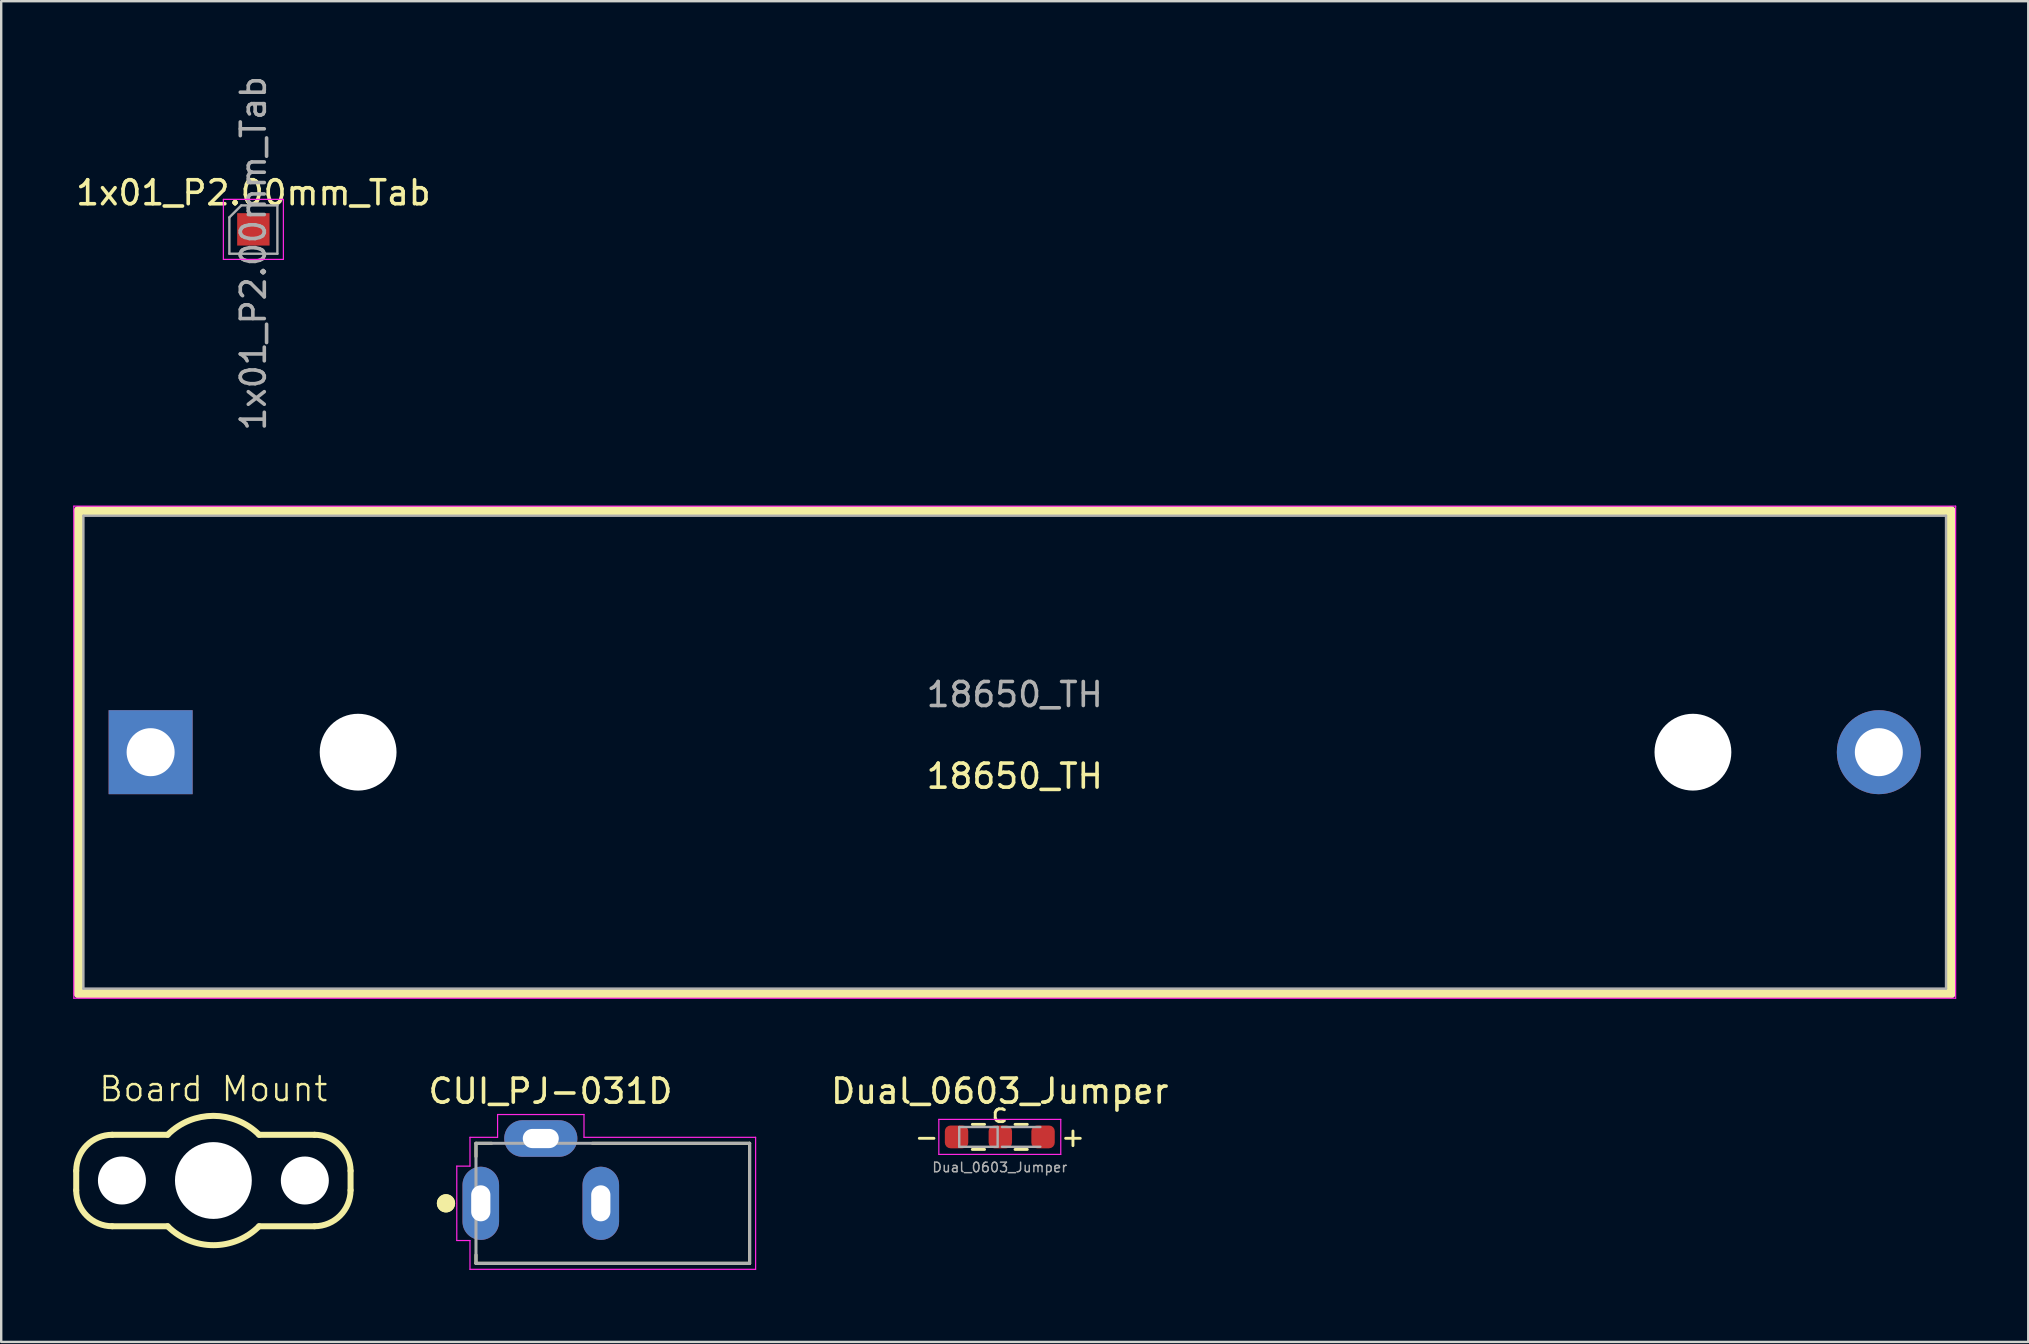
<source format=kicad_pcb>
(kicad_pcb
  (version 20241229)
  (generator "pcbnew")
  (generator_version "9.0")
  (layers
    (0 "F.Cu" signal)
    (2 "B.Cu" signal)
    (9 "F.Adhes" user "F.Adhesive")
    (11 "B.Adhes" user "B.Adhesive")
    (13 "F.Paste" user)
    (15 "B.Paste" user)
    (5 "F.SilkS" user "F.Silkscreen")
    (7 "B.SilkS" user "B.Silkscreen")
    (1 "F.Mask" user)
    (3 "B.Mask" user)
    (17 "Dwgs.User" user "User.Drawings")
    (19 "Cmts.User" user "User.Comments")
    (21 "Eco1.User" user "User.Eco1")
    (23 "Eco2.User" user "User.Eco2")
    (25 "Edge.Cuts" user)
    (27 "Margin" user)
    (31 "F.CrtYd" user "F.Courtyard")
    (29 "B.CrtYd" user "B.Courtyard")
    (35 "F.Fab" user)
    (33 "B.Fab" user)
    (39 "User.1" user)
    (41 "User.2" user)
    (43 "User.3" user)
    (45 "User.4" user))
  (footprint "18650_TH"
    (layer "F.Cu")
    (at 3.225 28.287)
    (property "Reference" "18650_TH" (at 36 1 0) (layer "F.SilkS") (effects (font (size 1 1) (thickness 0.15))))
    (attr through_hole)
    (fp_line (start -3 -10.05) (end 75 -10.05) (stroke (width 0.4) (type solid)) (layer "F.SilkS"))
    (fp_line (start -3 10.05) (end -3 -10.05) (stroke (width 0.4) (type solid)) (layer "F.SilkS"))
    (fp_line (start 75 -10.05) (end 75 10.05) (stroke (width 0.4) (type solid)) (layer "F.SilkS"))
    (fp_line (start 75 10.05) (end -3 10.05) (stroke (width 0.4) (type solid)) (layer "F.SilkS"))
    (fp_line (start -3.2 -10.25) (end 75.2 -10.25) (stroke (width 0.05) (type solid)) (layer "F.CrtYd"))
    (fp_line (start -3.2 10.25) (end -3.2 -10.25) (stroke (width 0.05) (type solid)) (layer "F.CrtYd"))
    (fp_line (start 75.2 -10.25) (end 75.2 10.25) (stroke (width 0.05) (type solid)) (layer "F.CrtYd"))
    (fp_line (start 75.2 10.25) (end -3.2 10.25) (stroke (width 0.05) (type solid)) (layer "F.CrtYd"))
    (fp_line (start -2.8 -9.85) (end 74.8 -9.85) (stroke (width 0.1) (type solid)) (layer "F.Fab"))
    (fp_line (start -2.8 9.85) (end -2.8 -9.85) (stroke (width 0.1) (type solid)) (layer "F.Fab"))
    (fp_line (start 74.8 -9.85) (end 74.8 9.85) (stroke (width 0.1) (type solid)) (layer "F.Fab"))
    (fp_line (start 74.8 9.85) (end -2.8 9.85) (stroke (width 0.1) (type solid)) (layer "F.Fab"))
    (fp_text user "${REFERENCE}" (at 36 -2.4 0) (layer "F.Fab") (effects (font (size 1 1) (thickness 0.15))))
    (pad "" np_thru_hole circle (at 8.645 0) (size 3.2 3.2) (drill 3.2) (layers "*.Cu" "*.Mask"))
    (pad "" np_thru_hole circle (at 64.255 0) (size 3.2 3.2) (drill 3.2) (layers "*.Cu" "*.Mask"))
    (pad "1" thru_hole rect (at 0 0) (size 3.5 3.5) (drill 2) (layers "*.Cu" "*.Mask"))
    (pad "2" thru_hole circle (at 72 0) (size 3.5 3.5) (drill 2) (layers "*.Cu" "*.Mask")))
  (footprint "Dual_0603_Jumper"
    (layer "F.Cu")
    (at 38.603 44.315)
    (property "Reference" "Dual_0603_Jumper" (at 0 -1.905 0) (layer "F.SilkS") (effects (font (size 1 1) (thickness 0.15))))
    (attr smd)
    (fp_line (start -1.145 -0.522) (end -0.635 -0.522) (stroke (width 0.12) (type solid)) (layer "F.SilkS"))
    (fp_line (start -1.145 0.522) (end -0.635 0.522) (stroke (width 0.12) (type solid)) (layer "F.SilkS"))
    (fp_line (start 1.145 -0.522) (end 0.635 -0.522) (stroke (width 0.12) (type solid)) (layer "F.SilkS"))
    (fp_line (start 1.145 0.522) (end 0.635 0.522) (stroke (width 0.12) (type solid)) (layer "F.SilkS"))
    (fp_line (start -2.54 -0.73) (end 2.54 -0.73) (stroke (width 0.05) (type solid)) (layer "F.CrtYd"))
    (fp_line (start -2.54 0.73) (end -2.54 -0.73) (stroke (width 0.05) (type solid)) (layer "F.CrtYd"))
    (fp_line (start 2.54 -0.73) (end 2.54 0.73) (stroke (width 0.05) (type solid)) (layer "F.CrtYd"))
    (fp_line (start 2.54 0.73) (end -2.54 0.73) (stroke (width 0.05) (type solid)) (layer "F.CrtYd"))
    (fp_line (start -1.69 -0.412) (end -0.09 -0.412) (stroke (width 0.1) (type solid)) (layer "F.Fab"))
    (fp_line (start -1.69 0.412) (end -1.69 -0.412) (stroke (width 0.1) (type solid)) (layer "F.Fab"))
    (fp_line (start -0.09 -0.412) (end -0.09 0.412) (stroke (width 0.1) (type solid)) (layer "F.Fab"))
    (fp_line (start -0.09 0.412) (end -1.69 0.412) (stroke (width 0.1) (type solid)) (layer "F.Fab"))
    (fp_line (start 1.69 -0.412) (end 0.09 -0.412) (stroke (width 0.1) (type solid)) (layer "F.Fab"))
    (fp_line (start 1.69 0.412) (end 0.09 0.412) (stroke (width 0.1) (type solid)) (layer "F.Fab"))
    (fp_text user "+" (at 3.048 0 0) (unlocked yes) (layer "F.SilkS") (effects (font (size 0.8 0.8) (thickness 0.12) (bold yes))))
    (fp_text user "c" (at 0 -1 0) (unlocked yes) (layer "F.SilkS") (effects (font (size 0.8 0.8) (thickness 0.12) (bold yes))))
    (fp_text user "-" (at -3.048 0 0) (unlocked yes) (layer "F.SilkS") (effects (font (size 0.8 0.8) (thickness 0.12) (bold yes))))
    (fp_text user "${REFERENCE}" (at 0 1.27 0) (layer "F.Fab") (effects (font (size 0.4 0.4) (thickness 0.06))))
    (pad "1" smd roundrect (at -1.802 0) (size 0.975 0.95) (layers "F.Cu" "F.Mask" "F.Paste") (roundrect_rratio 0.25))
    (pad "2" smd roundrect (at 0.022 0) (size 0.975 0.95) (layers "F.Cu" "F.Mask" "F.Paste") (roundrect_rratio 0.25))
    (pad "3" smd roundrect (at 1.802 0) (size 0.975 0.95) (layers "F.Cu" "F.Mask" "F.Paste") (roundrect_rratio 0.25)))
  (footprint "Board Mount"
    (layer "F.Cu")
    (at 5.84 46.132)
    (property "Reference" "Board Mount" (at 0 -3.81 0) (unlocked yes) (layer "F.SilkS") (effects (font (size 1 1) (thickness 0.1))))
    (attr through_hole)
    (fp_line (start -5.715 0.405) (end -5.715 -0.405) (stroke (width 0.25) (type default)) (layer "F.SilkS"))
    (fp_line (start -4.215 -1.905) (end -1.905 -1.905) (stroke (width 0.25) (type default)) (layer "F.SilkS"))
    (fp_line (start -1.905 1.905) (end -4.215 1.905) (stroke (width 0.25) (type default)) (layer "F.SilkS"))
    (fp_line (start 4.215 -1.905) (end 1.905 -1.905) (stroke (width 0.25) (type default)) (layer "F.SilkS"))
    (fp_line (start 4.215 1.905) (end 1.905 1.905) (stroke (width 0.25) (type default)) (layer "F.SilkS"))
    (fp_line (start 5.715 -0.405) (end 5.715 0.405) (stroke (width 0.25) (type default)) (layer "F.SilkS"))
    (fp_arc (start -5.715 -0.405) (mid -5.27566 -1.46566) (end -4.215 -1.905) (stroke (width 0.25) (type default)) (layer "F.SilkS"))
    (fp_arc (start -4.215 1.905) (mid -5.27566 1.46566) (end -5.715 0.405) (stroke (width 0.25) (type default)) (layer "F.SilkS"))
    (fp_arc (start -1.904999 -1.904999) (mid 0 -2.694075) (end 1.904999 -1.904999) (stroke (width 0.25) (type default)) (layer "F.SilkS"))
    (fp_arc (start 1.904999 1.904999) (mid 0 2.694075) (end -1.904999 1.904999) (stroke (width 0.25) (type default)) (layer "F.SilkS"))
    (fp_arc (start 4.215 -1.905) (mid 5.27566 -1.46566) (end 5.715 -0.405) (stroke (width 0.25) (type default)) (layer "F.SilkS"))
    (fp_arc (start 5.715 0.405) (mid 5.27566 1.46566) (end 4.215 1.905) (stroke (width 0.25) (type default)) (layer "F.SilkS"))
    (pad "" np_thru_hole circle (at -3.81 0) (size 2 2) (drill 2) (layers "*.Cu" "*.Mask"))
    (pad "" np_thru_hole circle (at 0 0) (size 3.2 3.2) (drill 3.2) (layers "*.Cu" "*.Mask"))
    (pad "" np_thru_hole circle (at 3.81 0) (size 2 2) (drill 2) (layers "*.Cu" "*.Mask")))
  (footprint "CUI_PJ-031D"
    (layer "F.Cu")
    (at 16.98 47.082)
    (property "Reference" "CUI_PJ-031D" (at 2.903 -4.671 0) (layer "F.SilkS") (effects (font (size 1.001 1.001) (thickness 0.15))))
    (attr through_hole)
    (fp_line (start -0.2 -2.5) (end -0.2 -1.95) (stroke (width 0.127) (type solid)) (layer "F.SilkS"))
    (fp_line (start -0.2 2.5) (end -0.2 2.15) (stroke (width 0.127) (type solid)) (layer "F.SilkS"))
    (fp_line (start 0.45 -2.5) (end -0.2 -2.5) (stroke (width 0.127) (type solid)) (layer "F.SilkS"))
    (fp_line (start 4.65 -2.5) (end 11.2 -2.5) (stroke (width 0.127) (type solid)) (layer "F.SilkS"))
    (fp_line (start 11.2 -2.5) (end 11.2 2.5) (stroke (width 0.127) (type solid)) (layer "F.SilkS"))
    (fp_line (start 11.2 2.5) (end -0.2 2.5) (stroke (width 0.127) (type solid)) (layer "F.SilkS"))
    (fp_circle (center -1.45 0) (end -1.26 0) (stroke (width 0.38) (type solid)) (fill no) (layer "F.SilkS"))
    (fp_circle (center -1.45 0) (end -1.26 0) (stroke (width 0.38) (type solid)) (fill no) (layer "F.SilkS"))
    (fp_line (start -1 -1.55) (end -0.45 -1.55) (stroke (width 0.05) (type solid)) (layer "F.CrtYd"))
    (fp_line (start -1 1.55) (end -1 -1.55) (stroke (width 0.05) (type solid)) (layer "F.CrtYd"))
    (fp_line (start -0.45 -2.75) (end 0.7 -2.75) (stroke (width 0.05) (type solid)) (layer "F.CrtYd"))
    (fp_line (start -0.45 -1.55) (end -0.45 -2.75) (stroke (width 0.05) (type solid)) (layer "F.CrtYd"))
    (fp_line (start -0.45 1.55) (end -1 1.55) (stroke (width 0.05) (type solid)) (layer "F.CrtYd"))
    (fp_line (start -0.45 1.55) (end -0.45 2.75) (stroke (width 0.05) (type solid)) (layer "F.CrtYd"))
    (fp_line (start -0.45 2.75) (end 11.45 2.75) (stroke (width 0.05) (type solid)) (layer "F.CrtYd"))
    (fp_line (start 0.7 -3.7) (end 4.3 -3.7) (stroke (width 0.05) (type solid)) (layer "F.CrtYd"))
    (fp_line (start 0.7 -2.75) (end 0.7 -3.7) (stroke (width 0.05) (type solid)) (layer "F.CrtYd"))
    (fp_line (start 4.3 -3.7) (end 4.3 -2.75) (stroke (width 0.05) (type solid)) (layer "F.CrtYd"))
    (fp_line (start 11.45 -2.75) (end 4.3 -2.75) (stroke (width 0.05) (type solid)) (layer "F.CrtYd"))
    (fp_line (start 11.45 2.75) (end 11.45 -2.75) (stroke (width 0.05) (type solid)) (layer "F.CrtYd"))
    (fp_line (start -0.2 -2.5) (end 11.2 -2.5) (stroke (width 0.127) (type solid)) (layer "F.Fab"))
    (fp_line (start -0.2 2.5) (end -0.2 -2.5) (stroke (width 0.127) (type solid)) (layer "F.Fab"))
    (fp_line (start 11.2 -2.5) (end 11.2 2.5) (stroke (width 0.127) (type solid)) (layer "F.Fab"))
    (fp_line (start 11.2 2.5) (end -0.2 2.5) (stroke (width 0.127) (type solid)) (layer "F.Fab"))
    (pad "" thru_hole oval (at 2.5 -2.7) (size 3.048 1.524) (drill oval 1.5 0.8) (layers "*.Cu" "*.Mask"))
    (pad "1" thru_hole oval (at 0 0) (size 1.524 3.048) (drill oval 0.8 1.5) (layers "*.Cu" "*.Mask"))
    (pad "2" thru_hole oval (at 5 0) (size 1.524 3.048) (drill oval 0.8 1.5) (layers "*.Cu" "*.Mask")))
  (footprint "1x01_P2.00mm_Tab"
    (layer "F.Cu")
    (at 7.506 6.506)
    (property "Reference" "1x01_P2.00mm_Tab" (at 0 -1.524 0) (layer "F.SilkS") (effects (font (size 1 1) (thickness 0.15))))
    (attr through_hole)
    (fp_line (start -1.25 -1.25) (end -1.25 1.25) (stroke (width 0.05) (type solid)) (layer "F.CrtYd"))
    (fp_line (start -1.25 1.25) (end 1.25 1.25) (stroke (width 0.05) (type solid)) (layer "F.CrtYd"))
    (fp_line (start 1.25 -1.25) (end -1.25 -1.25) (stroke (width 0.05) (type solid)) (layer "F.CrtYd"))
    (fp_line (start 1.25 1.25) (end 1.25 -1.25) (stroke (width 0.05) (type solid)) (layer "F.CrtYd"))
    (fp_line (start -1 -0.5) (end -0.5 -1) (stroke (width 0.1) (type solid)) (layer "F.Fab"))
    (fp_line (start -1 1.016) (end -1 -0.5) (stroke (width 0.1) (type solid)) (layer "F.Fab"))
    (fp_line (start -0.5 -1) (end 1 -1) (stroke (width 0.1) (type solid)) (layer "F.Fab"))
    (fp_line (start 1 -1) (end 1 1.016) (stroke (width 0.1) (type solid)) (layer "F.Fab"))
    (fp_line (start 1 1.016) (end -1 1.016) (stroke (width 0.1) (type solid)) (layer "F.Fab"))
    (fp_text user "${REFERENCE}" (at 0 1 90) (layer "F.Fab") (effects (font (size 1 1) (thickness 0.15))))
    (pad "1" smd rect (at 0 0) (size 1.35 1.35) (layers "F.Cu" "F.Mask" "F.Paste")))
  (gr_rect
    (start -3 -3)
    (end 81.45 52.857)
    (stroke (width 0.1) (type default))
    (fill no)
    (layer "Edge.Cuts")))
</source>
